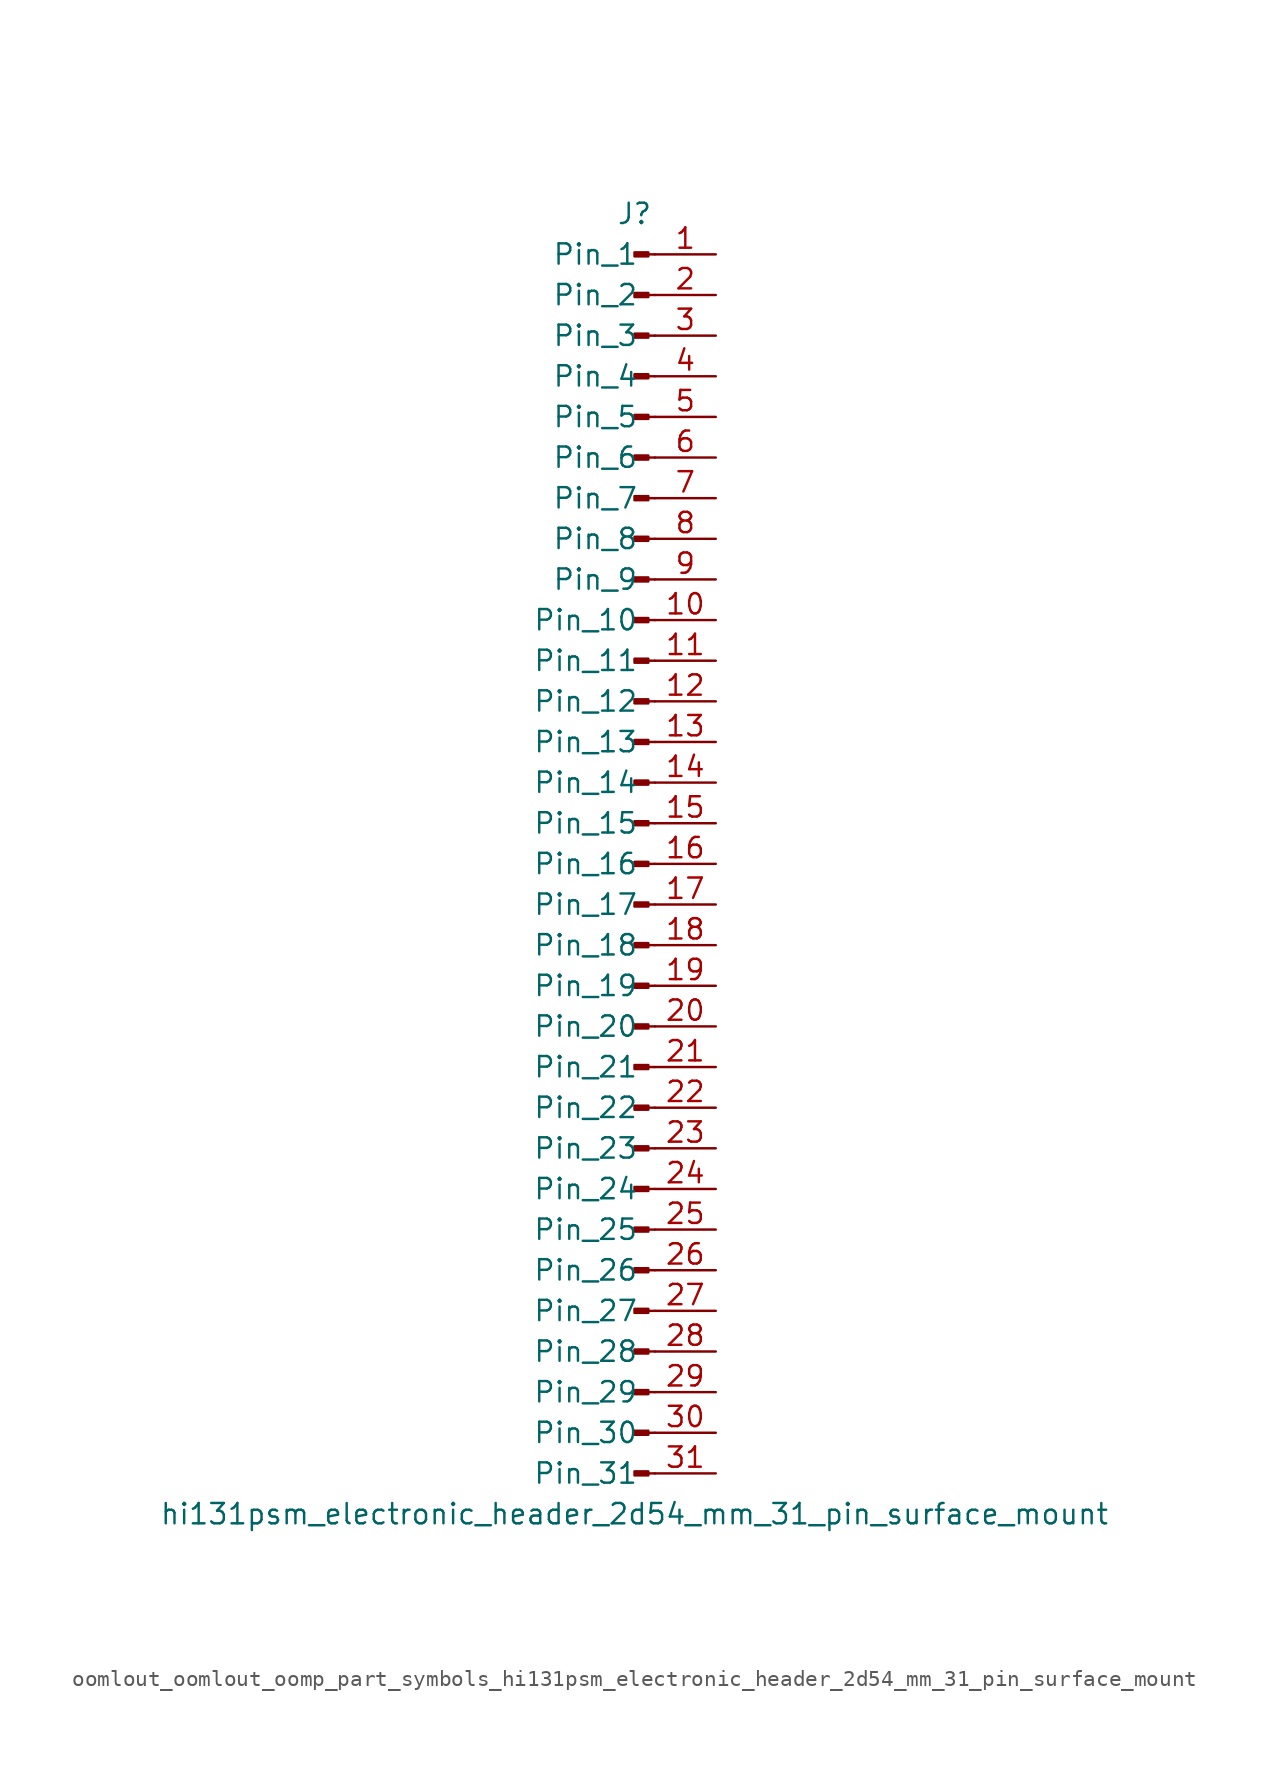
<source format=kicad_sym>
(kicad_symbol_lib
  (version 20220914)
  (generator kicad_symbol_editor)
  (symbol "oomlout_oomlout_oomp_part_symbols_hi131psm_electronic_header_2d54_mm_31_pin_surface_mount"
    (pin_names
      (offset 1.016))
    (property "Reference" "J"
      (at 0 40.64 0)
      (effects (font (size 1.27 1.27))))
    (property "Value" "hi131psm_electronic_header_2d54_mm_31_pin_surface_mount"
      (at 0 -40.64 0)
      (effects (font (size 1.27 1.27))))
    (property "ki_locked" ""
      (at 0 0 0)
      (effects (font (size 1.27 1.27))))
    (symbol "oomlout_oomlout_oomp_part_symbols_hi131psm_electronic_header_2d54_mm_31_pin_surface_mount_1_1"
      (polyline (pts (xy 1.27 -38.1) (xy 0.864 -38.1)) (stroke (width 0.152) (type default)) (fill (type none)))
      (polyline (pts (xy 1.27 -35.56) (xy 0.864 -35.56)) (stroke (width 0.152) (type default)) (fill (type none)))
      (polyline (pts (xy 1.27 -33.02) (xy 0.864 -33.02)) (stroke (width 0.152) (type default)) (fill (type none)))
      (polyline (pts (xy 1.27 -30.48) (xy 0.864 -30.48)) (stroke (width 0.152) (type default)) (fill (type none)))
      (polyline (pts (xy 1.27 -27.94) (xy 0.864 -27.94)) (stroke (width 0.152) (type default)) (fill (type none)))
      (polyline (pts (xy 1.27 -25.4) (xy 0.864 -25.4)) (stroke (width 0.152) (type default)) (fill (type none)))
      (polyline (pts (xy 1.27 -22.86) (xy 0.864 -22.86)) (stroke (width 0.152) (type default)) (fill (type none)))
      (polyline (pts (xy 1.27 -20.32) (xy 0.864 -20.32)) (stroke (width 0.152) (type default)) (fill (type none)))
      (polyline (pts (xy 1.27 -17.78) (xy 0.864 -17.78)) (stroke (width 0.152) (type default)) (fill (type none)))
      (polyline (pts (xy 1.27 -15.24) (xy 0.864 -15.24)) (stroke (width 0.152) (type default)) (fill (type none)))
      (polyline (pts (xy 1.27 -12.7) (xy 0.864 -12.7)) (stroke (width 0.152) (type default)) (fill (type none)))
      (polyline (pts (xy 1.27 -10.16) (xy 0.864 -10.16)) (stroke (width 0.152) (type default)) (fill (type none)))
      (polyline (pts (xy 1.27 -7.62) (xy 0.864 -7.62)) (stroke (width 0.152) (type default)) (fill (type none)))
      (polyline (pts (xy 1.27 -5.08) (xy 0.864 -5.08)) (stroke (width 0.152) (type default)) (fill (type none)))
      (polyline (pts (xy 1.27 -2.54) (xy 0.864 -2.54)) (stroke (width 0.152) (type default)) (fill (type none)))
      (polyline (pts (xy 1.27 0) (xy 0.864 0)) (stroke (width 0.152) (type default)) (fill (type none)))
      (polyline (pts (xy 1.27 2.54) (xy 0.864 2.54)) (stroke (width 0.152) (type default)) (fill (type none)))
      (polyline (pts (xy 1.27 5.08) (xy 0.864 5.08)) (stroke (width 0.152) (type default)) (fill (type none)))
      (polyline (pts (xy 1.27 7.62) (xy 0.864 7.62)) (stroke (width 0.152) (type default)) (fill (type none)))
      (polyline (pts (xy 1.27 10.16) (xy 0.864 10.16)) (stroke (width 0.152) (type default)) (fill (type none)))
      (polyline (pts (xy 1.27 12.7) (xy 0.864 12.7)) (stroke (width 0.152) (type default)) (fill (type none)))
      (polyline (pts (xy 1.27 15.24) (xy 0.864 15.24)) (stroke (width 0.152) (type default)) (fill (type none)))
      (polyline (pts (xy 1.27 17.78) (xy 0.864 17.78)) (stroke (width 0.152) (type default)) (fill (type none)))
      (polyline (pts (xy 1.27 20.32) (xy 0.864 20.32)) (stroke (width 0.152) (type default)) (fill (type none)))
      (polyline (pts (xy 1.27 22.86) (xy 0.864 22.86)) (stroke (width 0.152) (type default)) (fill (type none)))
      (polyline (pts (xy 1.27 25.4) (xy 0.864 25.4)) (stroke (width 0.152) (type default)) (fill (type none)))
      (polyline (pts (xy 1.27 27.94) (xy 0.864 27.94)) (stroke (width 0.152) (type default)) (fill (type none)))
      (polyline (pts (xy 1.27 30.48) (xy 0.864 30.48)) (stroke (width 0.152) (type default)) (fill (type none)))
      (polyline (pts (xy 1.27 33.02) (xy 0.864 33.02)) (stroke (width 0.152) (type default)) (fill (type none)))
      (polyline (pts (xy 1.27 35.56) (xy 0.864 35.56)) (stroke (width 0.152) (type default)) (fill (type none)))
      (polyline (pts (xy 1.27 38.1) (xy 0.864 38.1)) (stroke (width 0.152) (type default)) (fill (type none)))
      (rectangle (start 0.864 -37.973) (end 0 -38.227) (stroke (width 0.152) (type default)) (fill (type outline)))
      (rectangle (start 0.864 -35.433) (end 0 -35.687) (stroke (width 0.152) (type default)) (fill (type outline)))
      (rectangle (start 0.864 -32.893) (end 0 -33.147) (stroke (width 0.152) (type default)) (fill (type outline)))
      (rectangle (start 0.864 -30.353) (end 0 -30.607) (stroke (width 0.152) (type default)) (fill (type outline)))
      (rectangle (start 0.864 -27.813) (end 0 -28.067) (stroke (width 0.152) (type default)) (fill (type outline)))
      (rectangle (start 0.864 -25.273) (end 0 -25.527) (stroke (width 0.152) (type default)) (fill (type outline)))
      (rectangle (start 0.864 -22.733) (end 0 -22.987) (stroke (width 0.152) (type default)) (fill (type outline)))
      (rectangle (start 0.864 -20.193) (end 0 -20.447) (stroke (width 0.152) (type default)) (fill (type outline)))
      (rectangle (start 0.864 -17.653) (end 0 -17.907) (stroke (width 0.152) (type default)) (fill (type outline)))
      (rectangle (start 0.864 -15.113) (end 0 -15.367) (stroke (width 0.152) (type default)) (fill (type outline)))
      (rectangle (start 0.864 -12.573) (end 0 -12.827) (stroke (width 0.152) (type default)) (fill (type outline)))
      (rectangle (start 0.864 -10.033) (end 0 -10.287) (stroke (width 0.152) (type default)) (fill (type outline)))
      (rectangle (start 0.864 -7.493) (end 0 -7.747) (stroke (width 0.152) (type default)) (fill (type outline)))
      (rectangle (start 0.864 -4.953) (end 0 -5.207) (stroke (width 0.152) (type default)) (fill (type outline)))
      (rectangle (start 0.864 -2.413) (end 0 -2.667) (stroke (width 0.152) (type default)) (fill (type outline)))
      (rectangle (start 0.864 0.127) (end 0 -0.127) (stroke (width 0.152) (type default)) (fill (type outline)))
      (rectangle (start 0.864 2.667) (end 0 2.413) (stroke (width 0.152) (type default)) (fill (type outline)))
      (rectangle (start 0.864 5.207) (end 0 4.953) (stroke (width 0.152) (type default)) (fill (type outline)))
      (rectangle (start 0.864 7.747) (end 0 7.493) (stroke (width 0.152) (type default)) (fill (type outline)))
      (rectangle (start 0.864 10.287) (end 0 10.033) (stroke (width 0.152) (type default)) (fill (type outline)))
      (rectangle (start 0.864 12.827) (end 0 12.573) (stroke (width 0.152) (type default)) (fill (type outline)))
      (rectangle (start 0.864 15.367) (end 0 15.113) (stroke (width 0.152) (type default)) (fill (type outline)))
      (rectangle (start 0.864 17.907) (end 0 17.653) (stroke (width 0.152) (type default)) (fill (type outline)))
      (rectangle (start 0.864 20.447) (end 0 20.193) (stroke (width 0.152) (type default)) (fill (type outline)))
      (rectangle (start 0.864 22.987) (end 0 22.733) (stroke (width 0.152) (type default)) (fill (type outline)))
      (rectangle (start 0.864 25.527) (end 0 25.273) (stroke (width 0.152) (type default)) (fill (type outline)))
      (rectangle (start 0.864 28.067) (end 0 27.813) (stroke (width 0.152) (type default)) (fill (type outline)))
      (rectangle (start 0.864 30.607) (end 0 30.353) (stroke (width 0.152) (type default)) (fill (type outline)))
      (rectangle (start 0.864 33.147) (end 0 32.893) (stroke (width 0.152) (type default)) (fill (type outline)))
      (rectangle (start 0.864 35.687) (end 0 35.433) (stroke (width 0.152) (type default)) (fill (type outline)))
      (rectangle (start 0.864 38.227) (end 0 37.973) (stroke (width 0.152) (type default)) (fill (type outline)))
      (pin passive line (at 5.08 38.1 180) (length 3.81) (name "Pin_1" (effects (font (size 1.27 1.27)))) (number "1" (effects (font (size 1.27 1.27)))))
      (pin passive line (at 5.08 15.24 180) (length 3.81) (name "Pin_10" (effects (font (size 1.27 1.27)))) (number "10" (effects (font (size 1.27 1.27)))))
      (pin passive line (at 5.08 12.7 180) (length 3.81) (name "Pin_11" (effects (font (size 1.27 1.27)))) (number "11" (effects (font (size 1.27 1.27)))))
      (pin passive line (at 5.08 10.16 180) (length 3.81) (name "Pin_12" (effects (font (size 1.27 1.27)))) (number "12" (effects (font (size 1.27 1.27)))))
      (pin passive line (at 5.08 7.62 180) (length 3.81) (name "Pin_13" (effects (font (size 1.27 1.27)))) (number "13" (effects (font (size 1.27 1.27)))))
      (pin passive line (at 5.08 5.08 180) (length 3.81) (name "Pin_14" (effects (font (size 1.27 1.27)))) (number "14" (effects (font (size 1.27 1.27)))))
      (pin passive line (at 5.08 2.54 180) (length 3.81) (name "Pin_15" (effects (font (size 1.27 1.27)))) (number "15" (effects (font (size 1.27 1.27)))))
      (pin passive line (at 5.08 0 180) (length 3.81) (name "Pin_16" (effects (font (size 1.27 1.27)))) (number "16" (effects (font (size 1.27 1.27)))))
      (pin passive line (at 5.08 -2.54 180) (length 3.81) (name "Pin_17" (effects (font (size 1.27 1.27)))) (number "17" (effects (font (size 1.27 1.27)))))
      (pin passive line (at 5.08 -5.08 180) (length 3.81) (name "Pin_18" (effects (font (size 1.27 1.27)))) (number "18" (effects (font (size 1.27 1.27)))))
      (pin passive line (at 5.08 -7.62 180) (length 3.81) (name "Pin_19" (effects (font (size 1.27 1.27)))) (number "19" (effects (font (size 1.27 1.27)))))
      (pin passive line (at 5.08 35.56 180) (length 3.81) (name "Pin_2" (effects (font (size 1.27 1.27)))) (number "2" (effects (font (size 1.27 1.27)))))
      (pin passive line (at 5.08 -10.16 180) (length 3.81) (name "Pin_20" (effects (font (size 1.27 1.27)))) (number "20" (effects (font (size 1.27 1.27)))))
      (pin passive line (at 5.08 -12.7 180) (length 3.81) (name "Pin_21" (effects (font (size 1.27 1.27)))) (number "21" (effects (font (size 1.27 1.27)))))
      (pin passive line (at 5.08 -15.24 180) (length 3.81) (name "Pin_22" (effects (font (size 1.27 1.27)))) (number "22" (effects (font (size 1.27 1.27)))))
      (pin passive line (at 5.08 -17.78 180) (length 3.81) (name "Pin_23" (effects (font (size 1.27 1.27)))) (number "23" (effects (font (size 1.27 1.27)))))
      (pin passive line (at 5.08 -20.32 180) (length 3.81) (name "Pin_24" (effects (font (size 1.27 1.27)))) (number "24" (effects (font (size 1.27 1.27)))))
      (pin passive line (at 5.08 -22.86 180) (length 3.81) (name "Pin_25" (effects (font (size 1.27 1.27)))) (number "25" (effects (font (size 1.27 1.27)))))
      (pin passive line (at 5.08 -25.4 180) (length 3.81) (name "Pin_26" (effects (font (size 1.27 1.27)))) (number "26" (effects (font (size 1.27 1.27)))))
      (pin passive line (at 5.08 -27.94 180) (length 3.81) (name "Pin_27" (effects (font (size 1.27 1.27)))) (number "27" (effects (font (size 1.27 1.27)))))
      (pin passive line (at 5.08 -30.48 180) (length 3.81) (name "Pin_28" (effects (font (size 1.27 1.27)))) (number "28" (effects (font (size 1.27 1.27)))))
      (pin passive line (at 5.08 -33.02 180) (length 3.81) (name "Pin_29" (effects (font (size 1.27 1.27)))) (number "29" (effects (font (size 1.27 1.27)))))
      (pin passive line (at 5.08 33.02 180) (length 3.81) (name "Pin_3" (effects (font (size 1.27 1.27)))) (number "3" (effects (font (size 1.27 1.27)))))
      (pin passive line (at 5.08 -35.56 180) (length 3.81) (name "Pin_30" (effects (font (size 1.27 1.27)))) (number "30" (effects (font (size 1.27 1.27)))))
      (pin passive line (at 5.08 -38.1 180) (length 3.81) (name "Pin_31" (effects (font (size 1.27 1.27)))) (number "31" (effects (font (size 1.27 1.27)))))
      (pin passive line (at 5.08 30.48 180) (length 3.81) (name "Pin_4" (effects (font (size 1.27 1.27)))) (number "4" (effects (font (size 1.27 1.27)))))
      (pin passive line (at 5.08 27.94 180) (length 3.81) (name "Pin_5" (effects (font (size 1.27 1.27)))) (number "5" (effects (font (size 1.27 1.27)))))
      (pin passive line (at 5.08 25.4 180) (length 3.81) (name "Pin_6" (effects (font (size 1.27 1.27)))) (number "6" (effects (font (size 1.27 1.27)))))
      (pin passive line (at 5.08 22.86 180) (length 3.81) (name "Pin_7" (effects (font (size 1.27 1.27)))) (number "7" (effects (font (size 1.27 1.27)))))
      (pin passive line (at 5.08 20.32 180) (length 3.81) (name "Pin_8" (effects (font (size 1.27 1.27)))) (number "8" (effects (font (size 1.27 1.27)))))
      (pin passive line (at 5.08 17.78 180) (length 3.81) (name "Pin_9" (effects (font (size 1.27 1.27)))) (number "9" (effects (font (size 1.27 1.27))))))))
</source>
